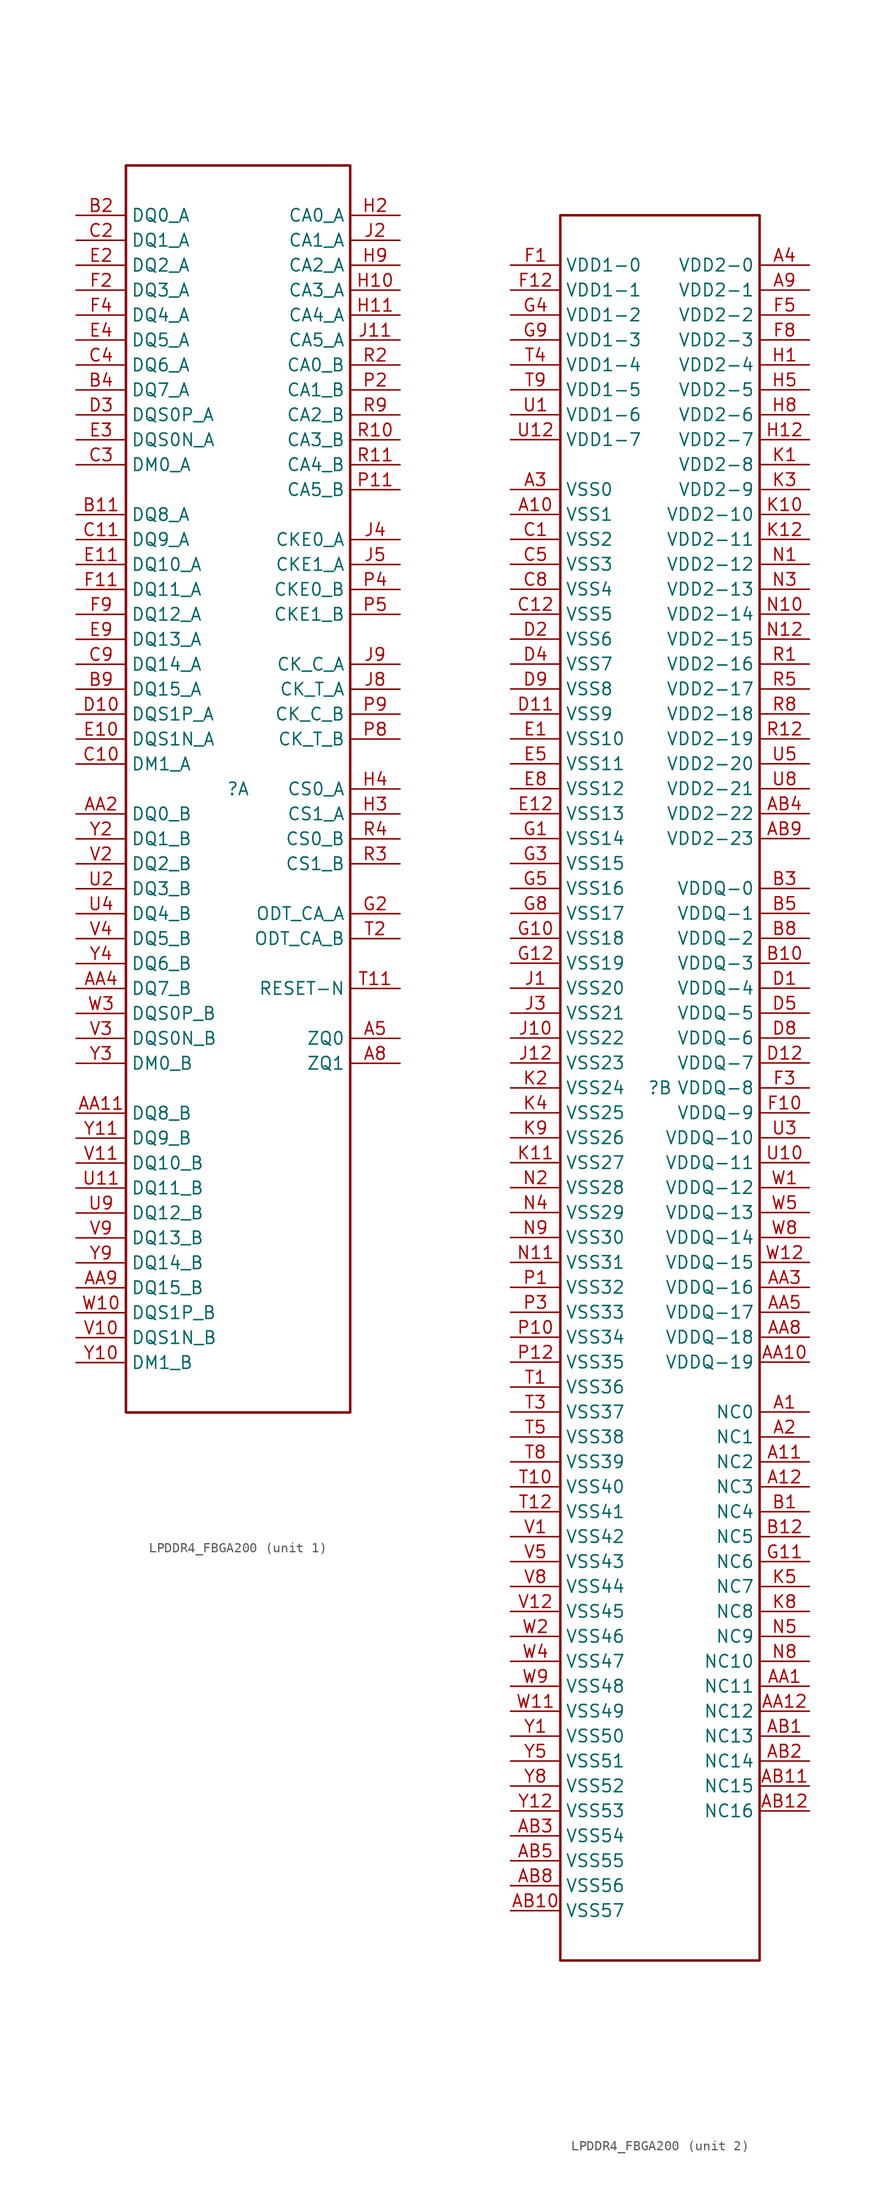
<source format=kicad_sym>
(kicad_symbol_lib
  (version 20231120)
  (generator "kicad_symbol_editor")
  (generator_version "8.0")
  (symbol "LPDDR4_FBGA200"
    (property "Reference" ""
      (at 0 0 0)
      (effects (font (size 1.27 1.27))))
    (property "Value" ""
      (at 0 0 0)
      (effects (font (size 1.27 1.27))))
    (symbol "LPDDR4_FBGA200_1_0"
      (rectangle (start -11.43 63.5) (end 11.43 -63.5) (stroke (width 0.254) (type solid)) (fill (type none)))
      (pin input line (at 16.51 -25.4 180) (length 5.08) (name "ZQ0" (effects (font (size 1.27 1.27)))) (number "A5" (effects (font (size 1.27 1.27)))))
      (pin input line (at 16.51 -27.94 180) (length 5.08) (name "ZQ1" (effects (font (size 1.27 1.27)))) (number "A8" (effects (font (size 1.27 1.27)))))
      (pin input line (at -16.51 -33.02 0) (length 5.08) (name "DQ8_B" (effects (font (size 1.27 1.27)))) (number "AA11" (effects (font (size 1.27 1.27)))))
      (pin input line (at -16.51 -2.54 0) (length 5.08) (name "DQ0_B" (effects (font (size 1.27 1.27)))) (number "AA2" (effects (font (size 1.27 1.27)))))
      (pin input line (at -16.51 -20.32 0) (length 5.08) (name "DQ7_B" (effects (font (size 1.27 1.27)))) (number "AA4" (effects (font (size 1.27 1.27)))))
      (pin input line (at -16.51 -50.8 0) (length 5.08) (name "DQ15_B" (effects (font (size 1.27 1.27)))) (number "AA9" (effects (font (size 1.27 1.27)))))
      (pin input line (at -16.51 27.94 0) (length 5.08) (name "DQ8_A" (effects (font (size 1.27 1.27)))) (number "B11" (effects (font (size 1.27 1.27)))))
      (pin input line (at -16.51 58.42 0) (length 5.08) (name "DQ0_A" (effects (font (size 1.27 1.27)))) (number "B2" (effects (font (size 1.27 1.27)))))
      (pin input line (at -16.51 40.64 0) (length 5.08) (name "DQ7_A" (effects (font (size 1.27 1.27)))) (number "B4" (effects (font (size 1.27 1.27)))))
      (pin input line (at -16.51 10.16 0) (length 5.08) (name "DQ15_A" (effects (font (size 1.27 1.27)))) (number "B9" (effects (font (size 1.27 1.27)))))
      (pin input line (at -16.51 2.54 0) (length 5.08) (name "DM1_A" (effects (font (size 1.27 1.27)))) (number "C10" (effects (font (size 1.27 1.27)))))
      (pin input line (at -16.51 25.4 0) (length 5.08) (name "DQ9_A" (effects (font (size 1.27 1.27)))) (number "C11" (effects (font (size 1.27 1.27)))))
      (pin input line (at -16.51 55.88 0) (length 5.08) (name "DQ1_A" (effects (font (size 1.27 1.27)))) (number "C2" (effects (font (size 1.27 1.27)))))
      (pin input line (at -16.51 33.02 0) (length 5.08) (name "DM0_A" (effects (font (size 1.27 1.27)))) (number "C3" (effects (font (size 1.27 1.27)))))
      (pin input line (at -16.51 43.18 0) (length 5.08) (name "DQ6_A" (effects (font (size 1.27 1.27)))) (number "C4" (effects (font (size 1.27 1.27)))))
      (pin input line (at -16.51 12.7 0) (length 5.08) (name "DQ14_A" (effects (font (size 1.27 1.27)))) (number "C9" (effects (font (size 1.27 1.27)))))
      (pin input line (at -16.51 7.62 0) (length 5.08) (name "DQS1P_A" (effects (font (size 1.27 1.27)))) (number "D10" (effects (font (size 1.27 1.27)))))
      (pin input line (at -16.51 38.1 0) (length 5.08) (name "DQS0P_A" (effects (font (size 1.27 1.27)))) (number "D3" (effects (font (size 1.27 1.27)))))
      (pin input line (at -16.51 5.08 0) (length 5.08) (name "DQS1N_A" (effects (font (size 1.27 1.27)))) (number "E10" (effects (font (size 1.27 1.27)))))
      (pin input line (at -16.51 22.86 0) (length 5.08) (name "DQ10_A" (effects (font (size 1.27 1.27)))) (number "E11" (effects (font (size 1.27 1.27)))))
      (pin input line (at -16.51 53.34 0) (length 5.08) (name "DQ2_A" (effects (font (size 1.27 1.27)))) (number "E2" (effects (font (size 1.27 1.27)))))
      (pin input line (at -16.51 35.56 0) (length 5.08) (name "DQS0N_A" (effects (font (size 1.27 1.27)))) (number "E3" (effects (font (size 1.27 1.27)))))
      (pin input line (at -16.51 45.72 0) (length 5.08) (name "DQ5_A" (effects (font (size 1.27 1.27)))) (number "E4" (effects (font (size 1.27 1.27)))))
      (pin input line (at -16.51 15.24 0) (length 5.08) (name "DQ13_A" (effects (font (size 1.27 1.27)))) (number "E9" (effects (font (size 1.27 1.27)))))
      (pin input line (at -16.51 20.32 0) (length 5.08) (name "DQ11_A" (effects (font (size 1.27 1.27)))) (number "F11" (effects (font (size 1.27 1.27)))))
      (pin input line (at -16.51 50.8 0) (length 5.08) (name "DQ3_A" (effects (font (size 1.27 1.27)))) (number "F2" (effects (font (size 1.27 1.27)))))
      (pin input line (at -16.51 48.26 0) (length 5.08) (name "DQ4_A" (effects (font (size 1.27 1.27)))) (number "F4" (effects (font (size 1.27 1.27)))))
      (pin input line (at -16.51 17.78 0) (length 5.08) (name "DQ12_A" (effects (font (size 1.27 1.27)))) (number "F9" (effects (font (size 1.27 1.27)))))
      (pin input line (at 16.51 -12.7 180) (length 5.08) (name "ODT_CA_A" (effects (font (size 1.27 1.27)))) (number "G2" (effects (font (size 1.27 1.27)))))
      (pin input line (at 16.51 50.8 180) (length 5.08) (name "CA3_A" (effects (font (size 1.27 1.27)))) (number "H10" (effects (font (size 1.27 1.27)))))
      (pin input line (at 16.51 48.26 180) (length 5.08) (name "CA4_A" (effects (font (size 1.27 1.27)))) (number "H11" (effects (font (size 1.27 1.27)))))
      (pin input line (at 16.51 58.42 180) (length 5.08) (name "CA0_A" (effects (font (size 1.27 1.27)))) (number "H2" (effects (font (size 1.27 1.27)))))
      (pin input line (at 16.51 -2.54 180) (length 5.08) (name "CS1_A" (effects (font (size 1.27 1.27)))) (number "H3" (effects (font (size 1.27 1.27)))))
      (pin input line (at 16.51 0 180) (length 5.08) (name "CS0_A" (effects (font (size 1.27 1.27)))) (number "H4" (effects (font (size 1.27 1.27)))))
      (pin input line (at 16.51 53.34 180) (length 5.08) (name "CA2_A" (effects (font (size 1.27 1.27)))) (number "H9" (effects (font (size 1.27 1.27)))))
      (pin input line (at 16.51 45.72 180) (length 5.08) (name "CA5_A" (effects (font (size 1.27 1.27)))) (number "J11" (effects (font (size 1.27 1.27)))))
      (pin input line (at 16.51 55.88 180) (length 5.08) (name "CA1_A" (effects (font (size 1.27 1.27)))) (number "J2" (effects (font (size 1.27 1.27)))))
      (pin input line (at 16.51 25.4 180) (length 5.08) (name "CKE0_A" (effects (font (size 1.27 1.27)))) (number "J4" (effects (font (size 1.27 1.27)))))
      (pin input line (at 16.51 22.86 180) (length 5.08) (name "CKE1_A" (effects (font (size 1.27 1.27)))) (number "J5" (effects (font (size 1.27 1.27)))))
      (pin input line (at 16.51 10.16 180) (length 5.08) (name "CK_T_A" (effects (font (size 1.27 1.27)))) (number "J8" (effects (font (size 1.27 1.27)))))
      (pin input line (at 16.51 12.7 180) (length 5.08) (name "CK_C_A" (effects (font (size 1.27 1.27)))) (number "J9" (effects (font (size 1.27 1.27)))))
      (pin input line (at 16.51 30.48 180) (length 5.08) (name "CA5_B" (effects (font (size 1.27 1.27)))) (number "P11" (effects (font (size 1.27 1.27)))))
      (pin input line (at 16.51 40.64 180) (length 5.08) (name "CA1_B" (effects (font (size 1.27 1.27)))) (number "P2" (effects (font (size 1.27 1.27)))))
      (pin input line (at 16.51 20.32 180) (length 5.08) (name "CKE0_B" (effects (font (size 1.27 1.27)))) (number "P4" (effects (font (size 1.27 1.27)))))
      (pin input line (at 16.51 17.78 180) (length 5.08) (name "CKE1_B" (effects (font (size 1.27 1.27)))) (number "P5" (effects (font (size 1.27 1.27)))))
      (pin input line (at 16.51 5.08 180) (length 5.08) (name "CK_T_B" (effects (font (size 1.27 1.27)))) (number "P8" (effects (font (size 1.27 1.27)))))
      (pin input line (at 16.51 7.62 180) (length 5.08) (name "CK_C_B" (effects (font (size 1.27 1.27)))) (number "P9" (effects (font (size 1.27 1.27)))))
      (pin input line (at 16.51 35.56 180) (length 5.08) (name "CA3_B" (effects (font (size 1.27 1.27)))) (number "R10" (effects (font (size 1.27 1.27)))))
      (pin input line (at 16.51 33.02 180) (length 5.08) (name "CA4_B" (effects (font (size 1.27 1.27)))) (number "R11" (effects (font (size 1.27 1.27)))))
      (pin input line (at 16.51 43.18 180) (length 5.08) (name "CA0_B" (effects (font (size 1.27 1.27)))) (number "R2" (effects (font (size 1.27 1.27)))))
      (pin input line (at 16.51 -7.62 180) (length 5.08) (name "CS1_B" (effects (font (size 1.27 1.27)))) (number "R3" (effects (font (size 1.27 1.27)))))
      (pin input line (at 16.51 -5.08 180) (length 5.08) (name "CS0_B" (effects (font (size 1.27 1.27)))) (number "R4" (effects (font (size 1.27 1.27)))))
      (pin input line (at 16.51 38.1 180) (length 5.08) (name "CA2_B" (effects (font (size 1.27 1.27)))) (number "R9" (effects (font (size 1.27 1.27)))))
      (pin input line (at 16.51 -20.32 180) (length 5.08) (name "RESET-N" (effects (font (size 1.27 1.27)))) (number "T11" (effects (font (size 1.27 1.27)))))
      (pin input line (at 16.51 -15.24 180) (length 5.08) (name "ODT_CA_B" (effects (font (size 1.27 1.27)))) (number "T2" (effects (font (size 1.27 1.27)))))
      (pin input line (at -16.51 -40.64 0) (length 5.08) (name "DQ11_B" (effects (font (size 1.27 1.27)))) (number "U11" (effects (font (size 1.27 1.27)))))
      (pin input line (at -16.51 -10.16 0) (length 5.08) (name "DQ3_B" (effects (font (size 1.27 1.27)))) (number "U2" (effects (font (size 1.27 1.27)))))
      (pin input line (at -16.51 -12.7 0) (length 5.08) (name "DQ4_B" (effects (font (size 1.27 1.27)))) (number "U4" (effects (font (size 1.27 1.27)))))
      (pin input line (at -16.51 -43.18 0) (length 5.08) (name "DQ12_B" (effects (font (size 1.27 1.27)))) (number "U9" (effects (font (size 1.27 1.27)))))
      (pin input line (at -16.51 -55.88 0) (length 5.08) (name "DQS1N_B" (effects (font (size 1.27 1.27)))) (number "V10" (effects (font (size 1.27 1.27)))))
      (pin input line (at -16.51 -38.1 0) (length 5.08) (name "DQ10_B" (effects (font (size 1.27 1.27)))) (number "V11" (effects (font (size 1.27 1.27)))))
      (pin input line (at -16.51 -7.62 0) (length 5.08) (name "DQ2_B" (effects (font (size 1.27 1.27)))) (number "V2" (effects (font (size 1.27 1.27)))))
      (pin input line (at -16.51 -25.4 0) (length 5.08) (name "DQS0N_B" (effects (font (size 1.27 1.27)))) (number "V3" (effects (font (size 1.27 1.27)))))
      (pin input line (at -16.51 -15.24 0) (length 5.08) (name "DQ5_B" (effects (font (size 1.27 1.27)))) (number "V4" (effects (font (size 1.27 1.27)))))
      (pin input line (at -16.51 -45.72 0) (length 5.08) (name "DQ13_B" (effects (font (size 1.27 1.27)))) (number "V9" (effects (font (size 1.27 1.27)))))
      (pin input line (at -16.51 -53.34 0) (length 5.08) (name "DQS1P_B" (effects (font (size 1.27 1.27)))) (number "W10" (effects (font (size 1.27 1.27)))))
      (pin input line (at -16.51 -22.86 0) (length 5.08) (name "DQS0P_B" (effects (font (size 1.27 1.27)))) (number "W3" (effects (font (size 1.27 1.27)))))
      (pin input line (at -16.51 -58.42 0) (length 5.08) (name "DM1_B" (effects (font (size 1.27 1.27)))) (number "Y10" (effects (font (size 1.27 1.27)))))
      (pin input line (at -16.51 -35.56 0) (length 5.08) (name "DQ9_B" (effects (font (size 1.27 1.27)))) (number "Y11" (effects (font (size 1.27 1.27)))))
      (pin input line (at -16.51 -5.08 0) (length 5.08) (name "DQ1_B" (effects (font (size 1.27 1.27)))) (number "Y2" (effects (font (size 1.27 1.27)))))
      (pin input line (at -16.51 -27.94 0) (length 5.08) (name "DM0_B" (effects (font (size 1.27 1.27)))) (number "Y3" (effects (font (size 1.27 1.27)))))
      (pin input line (at -16.51 -17.78 0) (length 5.08) (name "DQ6_B" (effects (font (size 1.27 1.27)))) (number "Y4" (effects (font (size 1.27 1.27)))))
      (pin input line (at -16.51 -48.26 0) (length 5.08) (name "DQ14_B" (effects (font (size 1.27 1.27)))) (number "Y9" (effects (font (size 1.27 1.27))))))
    (symbol "LPDDR4_FBGA200_2_0"
      (rectangle (start -10.16 88.9) (end 10.16 -88.9) (stroke (width 0.254) (type solid)) (fill (type none)))
      (pin input line (at 15.24 -33.02 180) (length 5.08) (name "NC0" (effects (font (size 1.27 1.27)))) (number "A1" (effects (font (size 1.27 1.27)))))
      (pin input line (at -15.24 58.42 0) (length 5.08) (name "VSS1" (effects (font (size 1.27 1.27)))) (number "A10" (effects (font (size 1.27 1.27)))))
      (pin input line (at 15.24 -38.1 180) (length 5.08) (name "NC2" (effects (font (size 1.27 1.27)))) (number "A11" (effects (font (size 1.27 1.27)))))
      (pin input line (at 15.24 -40.64 180) (length 5.08) (name "NC3" (effects (font (size 1.27 1.27)))) (number "A12" (effects (font (size 1.27 1.27)))))
      (pin input line (at 15.24 -35.56 180) (length 5.08) (name "NC1" (effects (font (size 1.27 1.27)))) (number "A2" (effects (font (size 1.27 1.27)))))
      (pin input line (at -15.24 60.96 0) (length 5.08) (name "VSS0" (effects (font (size 1.27 1.27)))) (number "A3" (effects (font (size 1.27 1.27)))))
      (pin input line (at 15.24 83.82 180) (length 5.08) (name "VDD2-0" (effects (font (size 1.27 1.27)))) (number "A4" (effects (font (size 1.27 1.27)))))
      (pin input line (at 15.24 81.28 180) (length 5.08) (name "VDD2-1" (effects (font (size 1.27 1.27)))) (number "A9" (effects (font (size 1.27 1.27)))))
      (pin input line (at 15.24 -60.96 180) (length 5.08) (name "NC11" (effects (font (size 1.27 1.27)))) (number "AA1" (effects (font (size 1.27 1.27)))))
      (pin input line (at 15.24 -27.94 180) (length 5.08) (name "VDDQ-19" (effects (font (size 1.27 1.27)))) (number "AA10" (effects (font (size 1.27 1.27)))))
      (pin input line (at 15.24 -63.5 180) (length 5.08) (name "NC12" (effects (font (size 1.27 1.27)))) (number "AA12" (effects (font (size 1.27 1.27)))))
      (pin input line (at 15.24 -20.32 180) (length 5.08) (name "VDDQ-16" (effects (font (size 1.27 1.27)))) (number "AA3" (effects (font (size 1.27 1.27)))))
      (pin input line (at 15.24 -22.86 180) (length 5.08) (name "VDDQ-17" (effects (font (size 1.27 1.27)))) (number "AA5" (effects (font (size 1.27 1.27)))))
      (pin input line (at 15.24 -25.4 180) (length 5.08) (name "VDDQ-18" (effects (font (size 1.27 1.27)))) (number "AA8" (effects (font (size 1.27 1.27)))))
      (pin input line (at 15.24 -66.04 180) (length 5.08) (name "NC13" (effects (font (size 1.27 1.27)))) (number "AB1" (effects (font (size 1.27 1.27)))))
      (pin input line (at -15.24 -83.82 0) (length 5.08) (name "VSS57" (effects (font (size 1.27 1.27)))) (number "AB10" (effects (font (size 1.27 1.27)))))
      (pin input line (at 15.24 -71.12 180) (length 5.08) (name "NC15" (effects (font (size 1.27 1.27)))) (number "AB11" (effects (font (size 1.27 1.27)))))
      (pin input line (at 15.24 -73.66 180) (length 5.08) (name "NC16" (effects (font (size 1.27 1.27)))) (number "AB12" (effects (font (size 1.27 1.27)))))
      (pin input line (at 15.24 -68.58 180) (length 5.08) (name "NC14" (effects (font (size 1.27 1.27)))) (number "AB2" (effects (font (size 1.27 1.27)))))
      (pin input line (at -15.24 -76.2 0) (length 5.08) (name "VSS54" (effects (font (size 1.27 1.27)))) (number "AB3" (effects (font (size 1.27 1.27)))))
      (pin input line (at 15.24 27.94 180) (length 5.08) (name "VDD2-22" (effects (font (size 1.27 1.27)))) (number "AB4" (effects (font (size 1.27 1.27)))))
      (pin input line (at -15.24 -78.74 0) (length 5.08) (name "VSS55" (effects (font (size 1.27 1.27)))) (number "AB5" (effects (font (size 1.27 1.27)))))
      (pin input line (at -15.24 -81.28 0) (length 5.08) (name "VSS56" (effects (font (size 1.27 1.27)))) (number "AB8" (effects (font (size 1.27 1.27)))))
      (pin input line (at 15.24 25.4 180) (length 5.08) (name "VDD2-23" (effects (font (size 1.27 1.27)))) (number "AB9" (effects (font (size 1.27 1.27)))))
      (pin input line (at 15.24 -43.18 180) (length 5.08) (name "NC4" (effects (font (size 1.27 1.27)))) (number "B1" (effects (font (size 1.27 1.27)))))
      (pin input line (at 15.24 12.7 180) (length 5.08) (name "VDDQ-3" (effects (font (size 1.27 1.27)))) (number "B10" (effects (font (size 1.27 1.27)))))
      (pin input line (at 15.24 -45.72 180) (length 5.08) (name "NC5" (effects (font (size 1.27 1.27)))) (number "B12" (effects (font (size 1.27 1.27)))))
      (pin input line (at 15.24 20.32 180) (length 5.08) (name "VDDQ-0" (effects (font (size 1.27 1.27)))) (number "B3" (effects (font (size 1.27 1.27)))))
      (pin input line (at 15.24 17.78 180) (length 5.08) (name "VDDQ-1" (effects (font (size 1.27 1.27)))) (number "B5" (effects (font (size 1.27 1.27)))))
      (pin input line (at 15.24 15.24 180) (length 5.08) (name "VDDQ-2" (effects (font (size 1.27 1.27)))) (number "B8" (effects (font (size 1.27 1.27)))))
      (pin input line (at -15.24 55.88 0) (length 5.08) (name "VSS2" (effects (font (size 1.27 1.27)))) (number "C1" (effects (font (size 1.27 1.27)))))
      (pin input line (at -15.24 48.26 0) (length 5.08) (name "VSS5" (effects (font (size 1.27 1.27)))) (number "C12" (effects (font (size 1.27 1.27)))))
      (pin input line (at -15.24 53.34 0) (length 5.08) (name "VSS3" (effects (font (size 1.27 1.27)))) (number "C5" (effects (font (size 1.27 1.27)))))
      (pin input line (at -15.24 50.8 0) (length 5.08) (name "VSS4" (effects (font (size 1.27 1.27)))) (number "C8" (effects (font (size 1.27 1.27)))))
      (pin input line (at 15.24 10.16 180) (length 5.08) (name "VDDQ-4" (effects (font (size 1.27 1.27)))) (number "D1" (effects (font (size 1.27 1.27)))))
      (pin input line (at -15.24 38.1 0) (length 5.08) (name "VSS9" (effects (font (size 1.27 1.27)))) (number "D11" (effects (font (size 1.27 1.27)))))
      (pin input line (at 15.24 2.54 180) (length 5.08) (name "VDDQ-7" (effects (font (size 1.27 1.27)))) (number "D12" (effects (font (size 1.27 1.27)))))
      (pin input line (at -15.24 45.72 0) (length 5.08) (name "VSS6" (effects (font (size 1.27 1.27)))) (number "D2" (effects (font (size 1.27 1.27)))))
      (pin input line (at -15.24 43.18 0) (length 5.08) (name "VSS7" (effects (font (size 1.27 1.27)))) (number "D4" (effects (font (size 1.27 1.27)))))
      (pin input line (at 15.24 7.62 180) (length 5.08) (name "VDDQ-5" (effects (font (size 1.27 1.27)))) (number "D5" (effects (font (size 1.27 1.27)))))
      (pin input line (at 15.24 5.08 180) (length 5.08) (name "VDDQ-6" (effects (font (size 1.27 1.27)))) (number "D8" (effects (font (size 1.27 1.27)))))
      (pin input line (at -15.24 40.64 0) (length 5.08) (name "VSS8" (effects (font (size 1.27 1.27)))) (number "D9" (effects (font (size 1.27 1.27)))))
      (pin input line (at -15.24 35.56 0) (length 5.08) (name "VSS10" (effects (font (size 1.27 1.27)))) (number "E1" (effects (font (size 1.27 1.27)))))
      (pin input line (at -15.24 27.94 0) (length 5.08) (name "VSS13" (effects (font (size 1.27 1.27)))) (number "E12" (effects (font (size 1.27 1.27)))))
      (pin input line (at -15.24 33.02 0) (length 5.08) (name "VSS11" (effects (font (size 1.27 1.27)))) (number "E5" (effects (font (size 1.27 1.27)))))
      (pin input line (at -15.24 30.48 0) (length 5.08) (name "VSS12" (effects (font (size 1.27 1.27)))) (number "E8" (effects (font (size 1.27 1.27)))))
      (pin input line (at -15.24 83.82 0) (length 5.08) (name "VDD1-0" (effects (font (size 1.27 1.27)))) (number "F1" (effects (font (size 1.27 1.27)))))
      (pin input line (at 15.24 -2.54 180) (length 5.08) (name "VDDQ-9" (effects (font (size 1.27 1.27)))) (number "F10" (effects (font (size 1.27 1.27)))))
      (pin input line (at -15.24 81.28 0) (length 5.08) (name "VDD1-1" (effects (font (size 1.27 1.27)))) (number "F12" (effects (font (size 1.27 1.27)))))
      (pin input line (at 15.24 0 180) (length 5.08) (name "VDDQ-8" (effects (font (size 1.27 1.27)))) (number "F3" (effects (font (size 1.27 1.27)))))
      (pin input line (at 15.24 78.74 180) (length 5.08) (name "VDD2-2" (effects (font (size 1.27 1.27)))) (number "F5" (effects (font (size 1.27 1.27)))))
      (pin input line (at 15.24 76.2 180) (length 5.08) (name "VDD2-3" (effects (font (size 1.27 1.27)))) (number "F8" (effects (font (size 1.27 1.27)))))
      (pin input line (at -15.24 25.4 0) (length 5.08) (name "VSS14" (effects (font (size 1.27 1.27)))) (number "G1" (effects (font (size 1.27 1.27)))))
      (pin input line (at -15.24 15.24 0) (length 5.08) (name "VSS18" (effects (font (size 1.27 1.27)))) (number "G10" (effects (font (size 1.27 1.27)))))
      (pin input line (at 15.24 -48.26 180) (length 5.08) (name "NC6" (effects (font (size 1.27 1.27)))) (number "G11" (effects (font (size 1.27 1.27)))))
      (pin input line (at -15.24 12.7 0) (length 5.08) (name "VSS19" (effects (font (size 1.27 1.27)))) (number "G12" (effects (font (size 1.27 1.27)))))
      (pin input line (at -15.24 22.86 0) (length 5.08) (name "VSS15" (effects (font (size 1.27 1.27)))) (number "G3" (effects (font (size 1.27 1.27)))))
      (pin input line (at -15.24 78.74 0) (length 5.08) (name "VDD1-2" (effects (font (size 1.27 1.27)))) (number "G4" (effects (font (size 1.27 1.27)))))
      (pin input line (at -15.24 20.32 0) (length 5.08) (name "VSS16" (effects (font (size 1.27 1.27)))) (number "G5" (effects (font (size 1.27 1.27)))))
      (pin input line (at -15.24 17.78 0) (length 5.08) (name "VSS17" (effects (font (size 1.27 1.27)))) (number "G8" (effects (font (size 1.27 1.27)))))
      (pin input line (at -15.24 76.2 0) (length 5.08) (name "VDD1-3" (effects (font (size 1.27 1.27)))) (number "G9" (effects (font (size 1.27 1.27)))))
      (pin input line (at 15.24 73.66 180) (length 5.08) (name "VDD2-4" (effects (font (size 1.27 1.27)))) (number "H1" (effects (font (size 1.27 1.27)))))
      (pin input line (at 15.24 66.04 180) (length 5.08) (name "VDD2-7" (effects (font (size 1.27 1.27)))) (number "H12" (effects (font (size 1.27 1.27)))))
      (pin input line (at 15.24 71.12 180) (length 5.08) (name "VDD2-5" (effects (font (size 1.27 1.27)))) (number "H5" (effects (font (size 1.27 1.27)))))
      (pin input line (at 15.24 68.58 180) (length 5.08) (name "VDD2-6" (effects (font (size 1.27 1.27)))) (number "H8" (effects (font (size 1.27 1.27)))))
      (pin input line (at -15.24 10.16 0) (length 5.08) (name "VSS20" (effects (font (size 1.27 1.27)))) (number "J1" (effects (font (size 1.27 1.27)))))
      (pin input line (at -15.24 5.08 0) (length 5.08) (name "VSS22" (effects (font (size 1.27 1.27)))) (number "J10" (effects (font (size 1.27 1.27)))))
      (pin input line (at -15.24 2.54 0) (length 5.08) (name "VSS23" (effects (font (size 1.27 1.27)))) (number "J12" (effects (font (size 1.27 1.27)))))
      (pin input line (at -15.24 7.62 0) (length 5.08) (name "VSS21" (effects (font (size 1.27 1.27)))) (number "J3" (effects (font (size 1.27 1.27)))))
      (pin input line (at 15.24 63.5 180) (length 5.08) (name "VDD2-8" (effects (font (size 1.27 1.27)))) (number "K1" (effects (font (size 1.27 1.27)))))
      (pin input line (at 15.24 58.42 180) (length 5.08) (name "VDD2-10" (effects (font (size 1.27 1.27)))) (number "K10" (effects (font (size 1.27 1.27)))))
      (pin input line (at -15.24 -7.62 0) (length 5.08) (name "VSS27" (effects (font (size 1.27 1.27)))) (number "K11" (effects (font (size 1.27 1.27)))))
      (pin input line (at 15.24 55.88 180) (length 5.08) (name "VDD2-11" (effects (font (size 1.27 1.27)))) (number "K12" (effects (font (size 1.27 1.27)))))
      (pin input line (at -15.24 0 0) (length 5.08) (name "VSS24" (effects (font (size 1.27 1.27)))) (number "K2" (effects (font (size 1.27 1.27)))))
      (pin input line (at 15.24 60.96 180) (length 5.08) (name "VDD2-9" (effects (font (size 1.27 1.27)))) (number "K3" (effects (font (size 1.27 1.27)))))
      (pin input line (at -15.24 -2.54 0) (length 5.08) (name "VSS25" (effects (font (size 1.27 1.27)))) (number "K4" (effects (font (size 1.27 1.27)))))
      (pin input line (at 15.24 -50.8 180) (length 5.08) (name "NC7" (effects (font (size 1.27 1.27)))) (number "K5" (effects (font (size 1.27 1.27)))))
      (pin input line (at 15.24 -53.34 180) (length 5.08) (name "NC8" (effects (font (size 1.27 1.27)))) (number "K8" (effects (font (size 1.27 1.27)))))
      (pin input line (at -15.24 -5.08 0) (length 5.08) (name "VSS26" (effects (font (size 1.27 1.27)))) (number "K9" (effects (font (size 1.27 1.27)))))
      (pin input line (at 15.24 53.34 180) (length 5.08) (name "VDD2-12" (effects (font (size 1.27 1.27)))) (number "N1" (effects (font (size 1.27 1.27)))))
      (pin input line (at 15.24 48.26 180) (length 5.08) (name "VDD2-14" (effects (font (size 1.27 1.27)))) (number "N10" (effects (font (size 1.27 1.27)))))
      (pin input line (at -15.24 -17.78 0) (length 5.08) (name "VSS31" (effects (font (size 1.27 1.27)))) (number "N11" (effects (font (size 1.27 1.27)))))
      (pin input line (at 15.24 45.72 180) (length 5.08) (name "VDD2-15" (effects (font (size 1.27 1.27)))) (number "N12" (effects (font (size 1.27 1.27)))))
      (pin input line (at -15.24 -10.16 0) (length 5.08) (name "VSS28" (effects (font (size 1.27 1.27)))) (number "N2" (effects (font (size 1.27 1.27)))))
      (pin input line (at 15.24 50.8 180) (length 5.08) (name "VDD2-13" (effects (font (size 1.27 1.27)))) (number "N3" (effects (font (size 1.27 1.27)))))
      (pin input line (at -15.24 -12.7 0) (length 5.08) (name "VSS29" (effects (font (size 1.27 1.27)))) (number "N4" (effects (font (size 1.27 1.27)))))
      (pin input line (at 15.24 -55.88 180) (length 5.08) (name "NC9" (effects (font (size 1.27 1.27)))) (number "N5" (effects (font (size 1.27 1.27)))))
      (pin input line (at 15.24 -58.42 180) (length 5.08) (name "NC10" (effects (font (size 1.27 1.27)))) (number "N8" (effects (font (size 1.27 1.27)))))
      (pin input line (at -15.24 -15.24 0) (length 5.08) (name "VSS30" (effects (font (size 1.27 1.27)))) (number "N9" (effects (font (size 1.27 1.27)))))
      (pin input line (at -15.24 -20.32 0) (length 5.08) (name "VSS32" (effects (font (size 1.27 1.27)))) (number "P1" (effects (font (size 1.27 1.27)))))
      (pin input line (at -15.24 -25.4 0) (length 5.08) (name "VSS34" (effects (font (size 1.27 1.27)))) (number "P10" (effects (font (size 1.27 1.27)))))
      (pin input line (at -15.24 -27.94 0) (length 5.08) (name "VSS35" (effects (font (size 1.27 1.27)))) (number "P12" (effects (font (size 1.27 1.27)))))
      (pin input line (at -15.24 -22.86 0) (length 5.08) (name "VSS33" (effects (font (size 1.27 1.27)))) (number "P3" (effects (font (size 1.27 1.27)))))
      (pin input line (at 15.24 43.18 180) (length 5.08) (name "VDD2-16" (effects (font (size 1.27 1.27)))) (number "R1" (effects (font (size 1.27 1.27)))))
      (pin input line (at 15.24 35.56 180) (length 5.08) (name "VDD2-19" (effects (font (size 1.27 1.27)))) (number "R12" (effects (font (size 1.27 1.27)))))
      (pin input line (at 15.24 40.64 180) (length 5.08) (name "VDD2-17" (effects (font (size 1.27 1.27)))) (number "R5" (effects (font (size 1.27 1.27)))))
      (pin input line (at 15.24 38.1 180) (length 5.08) (name "VDD2-18" (effects (font (size 1.27 1.27)))) (number "R8" (effects (font (size 1.27 1.27)))))
      (pin input line (at -15.24 -30.48 0) (length 5.08) (name "VSS36" (effects (font (size 1.27 1.27)))) (number "T1" (effects (font (size 1.27 1.27)))))
      (pin input line (at -15.24 -40.64 0) (length 5.08) (name "VSS40" (effects (font (size 1.27 1.27)))) (number "T10" (effects (font (size 1.27 1.27)))))
      (pin input line (at -15.24 -43.18 0) (length 5.08) (name "VSS41" (effects (font (size 1.27 1.27)))) (number "T12" (effects (font (size 1.27 1.27)))))
      (pin input line (at -15.24 -33.02 0) (length 5.08) (name "VSS37" (effects (font (size 1.27 1.27)))) (number "T3" (effects (font (size 1.27 1.27)))))
      (pin input line (at -15.24 73.66 0) (length 5.08) (name "VDD1-4" (effects (font (size 1.27 1.27)))) (number "T4" (effects (font (size 1.27 1.27)))))
      (pin input line (at -15.24 -35.56 0) (length 5.08) (name "VSS38" (effects (font (size 1.27 1.27)))) (number "T5" (effects (font (size 1.27 1.27)))))
      (pin input line (at -15.24 -38.1 0) (length 5.08) (name "VSS39" (effects (font (size 1.27 1.27)))) (number "T8" (effects (font (size 1.27 1.27)))))
      (pin input line (at -15.24 71.12 0) (length 5.08) (name "VDD1-5" (effects (font (size 1.27 1.27)))) (number "T9" (effects (font (size 1.27 1.27)))))
      (pin input line (at -15.24 68.58 0) (length 5.08) (name "VDD1-6" (effects (font (size 1.27 1.27)))) (number "U1" (effects (font (size 1.27 1.27)))))
      (pin input line (at 15.24 -7.62 180) (length 5.08) (name "VDDQ-11" (effects (font (size 1.27 1.27)))) (number "U10" (effects (font (size 1.27 1.27)))))
      (pin input line (at -15.24 66.04 0) (length 5.08) (name "VDD1-7" (effects (font (size 1.27 1.27)))) (number "U12" (effects (font (size 1.27 1.27)))))
      (pin input line (at 15.24 -5.08 180) (length 5.08) (name "VDDQ-10" (effects (font (size 1.27 1.27)))) (number "U3" (effects (font (size 1.27 1.27)))))
      (pin input line (at 15.24 33.02 180) (length 5.08) (name "VDD2-20" (effects (font (size 1.27 1.27)))) (number "U5" (effects (font (size 1.27 1.27)))))
      (pin input line (at 15.24 30.48 180) (length 5.08) (name "VDD2-21" (effects (font (size 1.27 1.27)))) (number "U8" (effects (font (size 1.27 1.27)))))
      (pin input line (at -15.24 -45.72 0) (length 5.08) (name "VSS42" (effects (font (size 1.27 1.27)))) (number "V1" (effects (font (size 1.27 1.27)))))
      (pin input line (at -15.24 -53.34 0) (length 5.08) (name "VSS45" (effects (font (size 1.27 1.27)))) (number "V12" (effects (font (size 1.27 1.27)))))
      (pin input line (at -15.24 -48.26 0) (length 5.08) (name "VSS43" (effects (font (size 1.27 1.27)))) (number "V5" (effects (font (size 1.27 1.27)))))
      (pin input line (at -15.24 -50.8 0) (length 5.08) (name "VSS44" (effects (font (size 1.27 1.27)))) (number "V8" (effects (font (size 1.27 1.27)))))
      (pin input line (at 15.24 -10.16 180) (length 5.08) (name "VDDQ-12" (effects (font (size 1.27 1.27)))) (number "W1" (effects (font (size 1.27 1.27)))))
      (pin input line (at -15.24 -63.5 0) (length 5.08) (name "VSS49" (effects (font (size 1.27 1.27)))) (number "W11" (effects (font (size 1.27 1.27)))))
      (pin input line (at 15.24 -17.78 180) (length 5.08) (name "VDDQ-15" (effects (font (size 1.27 1.27)))) (number "W12" (effects (font (size 1.27 1.27)))))
      (pin input line (at -15.24 -55.88 0) (length 5.08) (name "VSS46" (effects (font (size 1.27 1.27)))) (number "W2" (effects (font (size 1.27 1.27)))))
      (pin input line (at -15.24 -58.42 0) (length 5.08) (name "VSS47" (effects (font (size 1.27 1.27)))) (number "W4" (effects (font (size 1.27 1.27)))))
      (pin input line (at 15.24 -12.7 180) (length 5.08) (name "VDDQ-13" (effects (font (size 1.27 1.27)))) (number "W5" (effects (font (size 1.27 1.27)))))
      (pin input line (at 15.24 -15.24 180) (length 5.08) (name "VDDQ-14" (effects (font (size 1.27 1.27)))) (number "W8" (effects (font (size 1.27 1.27)))))
      (pin input line (at -15.24 -60.96 0) (length 5.08) (name "VSS48" (effects (font (size 1.27 1.27)))) (number "W9" (effects (font (size 1.27 1.27)))))
      (pin input line (at -15.24 -66.04 0) (length 5.08) (name "VSS50" (effects (font (size 1.27 1.27)))) (number "Y1" (effects (font (size 1.27 1.27)))))
      (pin input line (at -15.24 -73.66 0) (length 5.08) (name "VSS53" (effects (font (size 1.27 1.27)))) (number "Y12" (effects (font (size 1.27 1.27)))))
      (pin input line (at -15.24 -68.58 0) (length 5.08) (name "VSS51" (effects (font (size 1.27 1.27)))) (number "Y5" (effects (font (size 1.27 1.27)))))
      (pin input line (at -15.24 -71.12 0) (length 5.08) (name "VSS52" (effects (font (size 1.27 1.27)))) (number "Y8" (effects (font (size 1.27 1.27))))))))
</source>
